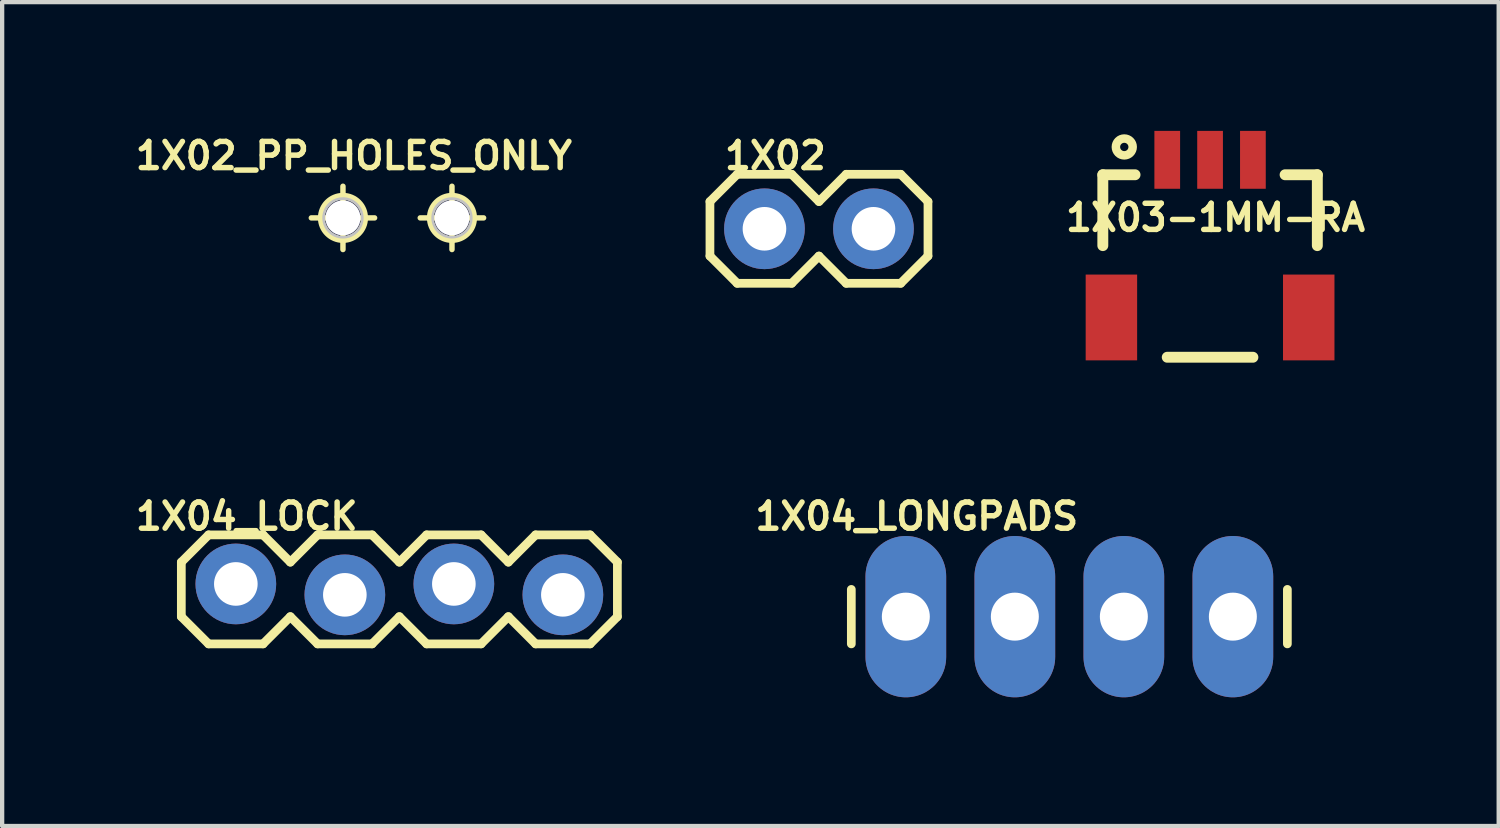
<source format=kicad_pcb>
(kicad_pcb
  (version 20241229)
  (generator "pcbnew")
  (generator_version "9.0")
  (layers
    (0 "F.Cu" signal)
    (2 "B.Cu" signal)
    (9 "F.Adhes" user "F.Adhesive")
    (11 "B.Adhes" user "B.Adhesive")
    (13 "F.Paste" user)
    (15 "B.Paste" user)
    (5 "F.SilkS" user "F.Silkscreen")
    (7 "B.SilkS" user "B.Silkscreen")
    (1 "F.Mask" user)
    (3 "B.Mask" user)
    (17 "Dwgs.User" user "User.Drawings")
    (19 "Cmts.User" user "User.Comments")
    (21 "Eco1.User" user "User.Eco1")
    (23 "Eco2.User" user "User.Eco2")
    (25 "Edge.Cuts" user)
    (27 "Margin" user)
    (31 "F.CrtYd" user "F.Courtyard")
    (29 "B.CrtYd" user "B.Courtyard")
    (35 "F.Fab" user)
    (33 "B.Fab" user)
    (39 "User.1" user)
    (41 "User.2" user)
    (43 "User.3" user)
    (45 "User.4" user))
  (footprint "1X04_LONGPADS"
    (layer "F.Cu")
    (at 18.056 11.318)
    (property "Reference" "1X04_LONGPADS" (at 0.254 -2.337 0) (layer "F.SilkS") (effects (font (size 0.61 0.61) (thickness 0.127))))
    (attr exclude_from_pos_files exclude_from_bom)
    (fp_line (start -1.27 -0.635) (end -1.27 0.635) (stroke (width 0.203) (type solid)) (layer "F.SilkS"))
    (fp_line (start 8.89 -0.635) (end 8.89 0.635) (stroke (width 0.203) (type solid)) (layer "F.SilkS"))
    (fp_line (start -0.254 -0.254) (end 0.254 -0.254) (stroke (width 0.066) (type solid)) (layer "Dwgs.User"))
    (fp_line (start -0.254 0.254) (end -0.254 -0.254) (stroke (width 0.066) (type solid)) (layer "Dwgs.User"))
    (fp_line (start -0.254 0.254) (end 0.254 0.254) (stroke (width 0.066) (type solid)) (layer "Dwgs.User"))
    (fp_line (start 0.254 0.254) (end 0.254 -0.254) (stroke (width 0.066) (type solid)) (layer "Dwgs.User"))
    (fp_line (start 2.286 -0.254) (end 2.794 -0.254) (stroke (width 0.066) (type solid)) (layer "Dwgs.User"))
    (fp_line (start 2.286 0.254) (end 2.286 -0.254) (stroke (width 0.066) (type solid)) (layer "Dwgs.User"))
    (fp_line (start 2.286 0.254) (end 2.794 0.254) (stroke (width 0.066) (type solid)) (layer "Dwgs.User"))
    (fp_line (start 2.794 0.254) (end 2.794 -0.254) (stroke (width 0.066) (type solid)) (layer "Dwgs.User"))
    (fp_line (start 4.826 -0.254) (end 5.334 -0.254) (stroke (width 0.066) (type solid)) (layer "Dwgs.User"))
    (fp_line (start 4.826 0.254) (end 4.826 -0.254) (stroke (width 0.066) (type solid)) (layer "Dwgs.User"))
    (fp_line (start 4.826 0.254) (end 5.334 0.254) (stroke (width 0.066) (type solid)) (layer "Dwgs.User"))
    (fp_line (start 5.334 0.254) (end 5.334 -0.254) (stroke (width 0.066) (type solid)) (layer "Dwgs.User"))
    (fp_line (start 7.366 -0.254) (end 7.874 -0.254) (stroke (width 0.066) (type solid)) (layer "Dwgs.User"))
    (fp_line (start 7.366 0.254) (end 7.366 -0.254) (stroke (width 0.066) (type solid)) (layer "Dwgs.User"))
    (fp_line (start 7.366 0.254) (end 7.874 0.254) (stroke (width 0.066) (type solid)) (layer "Dwgs.User"))
    (fp_line (start 7.874 0.254) (end 7.874 -0.254) (stroke (width 0.066) (type solid)) (layer "Dwgs.User"))
    (pad "1" thru_hole oval (at 0 0 180) (size 1.88 3.759) (drill 1.118) (layers "*.Cu" "*.Paste" "*.Mask"))
    (pad "2" thru_hole oval (at 2.54 0 180) (size 1.88 3.759) (drill 1.118) (layers "*.Cu" "*.Paste" "*.Mask"))
    (pad "3" thru_hole oval (at 5.08 0 180) (size 1.88 3.759) (drill 1.118) (layers "*.Cu" "*.Paste" "*.Mask"))
    (pad "4" thru_hole oval (at 7.62 0 180) (size 1.88 3.759) (drill 1.118) (layers "*.Cu" "*.Paste" "*.Mask")))
  (footprint "1X02_PP_HOLES_ONLY"
    (layer "F.Cu")
    (at 4.941 2.027)
    (property "Reference" "1X02_PP_HOLES_ONLY" (at 0.254 -1.448 0) (layer "F.SilkS") (effects (font (size 0.61 0.61) (thickness 0.127))))
    (attr exclude_from_pos_files exclude_from_bom)
    (fp_line (start -0.737 0) (end 0.737 0) (stroke (width 0.127) (type solid)) (layer "F.SilkS"))
    (fp_line (start 0 0.737) (end 0 -0.737) (stroke (width 0.127) (type solid)) (layer "F.SilkS"))
    (fp_line (start 1.801 0) (end 3.277 0) (stroke (width 0.127) (type solid)) (layer "F.SilkS"))
    (fp_line (start 2.54 0.737) (end 2.54 -0.737) (stroke (width 0.127) (type solid)) (layer "F.SilkS"))
    (fp_circle (center 0 0) (end -0.368 0.368) (stroke (width 0.127) (type solid)) (fill no) (layer "F.SilkS"))
    (fp_circle (center 2.54 0) (end 2.908 0.368) (stroke (width 0.127) (type solid)) (fill no) (layer "F.SilkS"))
    (fp_circle (center 0 0) (end -0.318 0.318) (stroke (width 0.064) (type solid)) (fill no) (layer "Dwgs.User"))
    (fp_circle (center 2.54 0) (end 2.857 0.318) (stroke (width 0.064) (type solid)) (fill no) (layer "Dwgs.User"))
    (pad "1" thru_hole circle (at 0 0) (size 0.813 0.813) (drill 0.889) (layers "*.Cu" "*.Paste" "*.Mask"))
    (pad "2" thru_hole circle (at 2.54 0) (size 0.813 0.813) (drill 0.889) (layers "*.Cu" "*.Paste" "*.Mask")))
  (footprint "1X04_LOCK"
    (layer "F.Cu")
    (at 2.445 10.683)
    (property "Reference" "1X04_LOCK" (at 0.254 -1.702 0) (layer "F.SilkS") (effects (font (size 0.61 0.61) (thickness 0.127))))
    (attr exclude_from_pos_files exclude_from_bom)
    (fp_line (start -1.27 -0.635) (end -1.27 0.635) (stroke (width 0.203) (type solid)) (layer "F.SilkS"))
    (fp_line (start -1.27 0.635) (end -0.635 1.27) (stroke (width 0.203) (type solid)) (layer "F.SilkS"))
    (fp_line (start -0.635 -1.27) (end -1.27 -0.635) (stroke (width 0.203) (type solid)) (layer "F.SilkS"))
    (fp_line (start -0.635 -1.27) (end 0.635 -1.27) (stroke (width 0.203) (type solid)) (layer "F.SilkS"))
    (fp_line (start 0.635 -1.27) (end 1.27 -0.635) (stroke (width 0.203) (type solid)) (layer "F.SilkS"))
    (fp_line (start 0.635 1.27) (end -0.635 1.27) (stroke (width 0.203) (type solid)) (layer "F.SilkS"))
    (fp_line (start 1.27 -0.635) (end 1.905 -1.27) (stroke (width 0.203) (type solid)) (layer "F.SilkS"))
    (fp_line (start 1.27 0.635) (end 0.635 1.27) (stroke (width 0.203) (type solid)) (layer "F.SilkS"))
    (fp_line (start 1.905 -1.27) (end 3.175 -1.27) (stroke (width 0.203) (type solid)) (layer "F.SilkS"))
    (fp_line (start 1.905 1.27) (end 1.27 0.635) (stroke (width 0.203) (type solid)) (layer "F.SilkS"))
    (fp_line (start 3.175 -1.27) (end 3.81 -0.635) (stroke (width 0.203) (type solid)) (layer "F.SilkS"))
    (fp_line (start 3.175 1.27) (end 1.905 1.27) (stroke (width 0.203) (type solid)) (layer "F.SilkS"))
    (fp_line (start 3.81 -0.635) (end 4.445 -1.27) (stroke (width 0.203) (type solid)) (layer "F.SilkS"))
    (fp_line (start 3.81 0.635) (end 3.175 1.27) (stroke (width 0.203) (type solid)) (layer "F.SilkS"))
    (fp_line (start 4.445 -1.27) (end 5.715 -1.27) (stroke (width 0.203) (type solid)) (layer "F.SilkS"))
    (fp_line (start 4.445 1.27) (end 3.81 0.635) (stroke (width 0.203) (type solid)) (layer "F.SilkS"))
    (fp_line (start 5.715 -1.27) (end 6.35 -0.635) (stroke (width 0.203) (type solid)) (layer "F.SilkS"))
    (fp_line (start 5.715 1.27) (end 4.445 1.27) (stroke (width 0.203) (type solid)) (layer "F.SilkS"))
    (fp_line (start 6.35 0.635) (end 5.715 1.27) (stroke (width 0.203) (type solid)) (layer "F.SilkS"))
    (fp_line (start 6.35 0.635) (end 6.985 1.27) (stroke (width 0.203) (type solid)) (layer "F.SilkS"))
    (fp_line (start 6.985 -1.27) (end 6.35 -0.635) (stroke (width 0.203) (type solid)) (layer "F.SilkS"))
    (fp_line (start 6.985 -1.27) (end 8.255 -1.27) (stroke (width 0.203) (type solid)) (layer "F.SilkS"))
    (fp_line (start 8.255 -1.27) (end 8.89 -0.635) (stroke (width 0.203) (type solid)) (layer "F.SilkS"))
    (fp_line (start 8.255 1.27) (end 6.985 1.27) (stroke (width 0.203) (type solid)) (layer "F.SilkS"))
    (fp_line (start 8.89 -0.635) (end 8.89 0.635) (stroke (width 0.203) (type solid)) (layer "F.SilkS"))
    (fp_line (start 8.89 0.635) (end 8.255 1.27) (stroke (width 0.203) (type solid)) (layer "F.SilkS"))
    (fp_line (start -0.254 -0.254) (end 0.254 -0.254) (stroke (width 0.066) (type solid)) (layer "Dwgs.User"))
    (fp_line (start -0.254 0.254) (end -0.254 -0.254) (stroke (width 0.066) (type solid)) (layer "Dwgs.User"))
    (fp_line (start -0.254 0.254) (end 0.254 0.254) (stroke (width 0.066) (type solid)) (layer "Dwgs.User"))
    (fp_line (start 0.254 0.254) (end 0.254 -0.254) (stroke (width 0.066) (type solid)) (layer "Dwgs.User"))
    (fp_line (start 2.286 -0.254) (end 2.794 -0.254) (stroke (width 0.066) (type solid)) (layer "Dwgs.User"))
    (fp_line (start 2.286 0.254) (end 2.286 -0.254) (stroke (width 0.066) (type solid)) (layer "Dwgs.User"))
    (fp_line (start 2.286 0.254) (end 2.794 0.254) (stroke (width 0.066) (type solid)) (layer "Dwgs.User"))
    (fp_line (start 2.794 0.254) (end 2.794 -0.254) (stroke (width 0.066) (type solid)) (layer "Dwgs.User"))
    (fp_line (start 4.826 -0.254) (end 5.334 -0.254) (stroke (width 0.066) (type solid)) (layer "Dwgs.User"))
    (fp_line (start 4.826 0.254) (end 4.826 -0.254) (stroke (width 0.066) (type solid)) (layer "Dwgs.User"))
    (fp_line (start 4.826 0.254) (end 5.334 0.254) (stroke (width 0.066) (type solid)) (layer "Dwgs.User"))
    (fp_line (start 5.334 0.254) (end 5.334 -0.254) (stroke (width 0.066) (type solid)) (layer "Dwgs.User"))
    (fp_line (start 7.366 -0.254) (end 7.874 -0.254) (stroke (width 0.066) (type solid)) (layer "Dwgs.User"))
    (fp_line (start 7.366 0.254) (end 7.366 -0.254) (stroke (width 0.066) (type solid)) (layer "Dwgs.User"))
    (fp_line (start 7.366 0.254) (end 7.874 0.254) (stroke (width 0.066) (type solid)) (layer "Dwgs.User"))
    (fp_line (start 7.874 0.254) (end 7.874 -0.254) (stroke (width 0.066) (type solid)) (layer "Dwgs.User"))
    (pad "1" thru_hole circle (at 0 -0.127) (size 1.88 1.88) (drill 1.016) (layers "*.Cu" "*.Paste" "*.Mask"))
    (pad "2" thru_hole circle (at 2.54 0.127) (size 1.88 1.88) (drill 1.016) (layers "*.Cu" "*.Paste" "*.Mask"))
    (pad "3" thru_hole circle (at 5.08 -0.127) (size 1.88 1.88) (drill 1.016) (layers "*.Cu" "*.Paste" "*.Mask"))
    (pad "4" thru_hole circle (at 7.62 0.127) (size 1.88 1.88) (drill 1.016) (layers "*.Cu" "*.Paste" "*.Mask")))
  (footprint "1X03-1MM-RA"
    (layer "F.Cu")
    (at 25.145 0.674)
    (property "Reference" "1X03-1MM-RA" (at 0.127 1.346 0) (layer "F.SilkS") (effects (font (size 0.61 0.61) (thickness 0.127))))
    (attr smd)
    (fp_line (start -2.499 0.348) (end -1.748 0.348) (stroke (width 0.254) (type solid)) (layer "F.SilkS"))
    (fp_line (start -2.499 1.999) (end -2.499 0.348) (stroke (width 0.254) (type solid)) (layer "F.SilkS"))
    (fp_line (start -0.998 4.6) (end 0.998 4.6) (stroke (width 0.254) (type solid)) (layer "F.SilkS"))
    (fp_line (start 1.748 0.348) (end 2.499 0.348) (stroke (width 0.254) (type solid)) (layer "F.SilkS"))
    (fp_line (start 2.499 0.348) (end 2.499 1.999) (stroke (width 0.254) (type solid)) (layer "F.SilkS"))
    (fp_circle (center -1.999 -0.3) (end -2.068 -0.368) (stroke (width 0.198) (type solid)) (fill no) (layer "F.SilkS"))
    (pad "1" smd rect (at -0.998 0) (size 0.599 1.349) (layers "F.Cu" "F.Mask" "F.Paste"))
    (pad "2" smd rect (at 0 0) (size 0.599 1.349) (layers "F.Cu" "F.Mask" "F.Paste"))
    (pad "3" smd rect (at 0.998 0) (size 0.599 1.349) (layers "F.Cu" "F.Mask" "F.Paste"))
    (pad "NC1" smd rect (at 2.299 3.673) (size 1.199 1.999) (layers "F.Cu" "F.Mask" "F.Paste"))
    (pad "NC2" smd rect (at -2.299 3.673) (size 1.199 1.999) (layers "F.Cu" "F.Mask" "F.Paste")))
  (footprint "1X02"
    (layer "F.Cu")
    (at 14.762 2.281)
    (property "Reference" "1X02" (at 0.254 -1.702 0) (layer "F.SilkS") (effects (font (size 0.61 0.61) (thickness 0.127))))
    (attr exclude_from_pos_files exclude_from_bom)
    (fp_line (start -1.27 -0.635) (end -1.27 0.635) (stroke (width 0.203) (type solid)) (layer "F.SilkS"))
    (fp_line (start -1.27 0.635) (end -0.635 1.27) (stroke (width 0.203) (type solid)) (layer "F.SilkS"))
    (fp_line (start -0.635 -1.27) (end -1.27 -0.635) (stroke (width 0.203) (type solid)) (layer "F.SilkS"))
    (fp_line (start -0.635 -1.27) (end 0.635 -1.27) (stroke (width 0.203) (type solid)) (layer "F.SilkS"))
    (fp_line (start 0.635 -1.27) (end 1.27 -0.635) (stroke (width 0.203) (type solid)) (layer "F.SilkS"))
    (fp_line (start 0.635 1.27) (end -0.635 1.27) (stroke (width 0.203) (type solid)) (layer "F.SilkS"))
    (fp_line (start 1.27 -0.635) (end 1.905 -1.27) (stroke (width 0.203) (type solid)) (layer "F.SilkS"))
    (fp_line (start 1.27 0.635) (end 0.635 1.27) (stroke (width 0.203) (type solid)) (layer "F.SilkS"))
    (fp_line (start 1.905 -1.27) (end 3.175 -1.27) (stroke (width 0.203) (type solid)) (layer "F.SilkS"))
    (fp_line (start 1.905 1.27) (end 1.27 0.635) (stroke (width 0.203) (type solid)) (layer "F.SilkS"))
    (fp_line (start 3.175 -1.27) (end 3.81 -0.635) (stroke (width 0.203) (type solid)) (layer "F.SilkS"))
    (fp_line (start 3.175 1.27) (end 1.905 1.27) (stroke (width 0.203) (type solid)) (layer "F.SilkS"))
    (fp_line (start 3.81 -0.635) (end 3.81 0.635) (stroke (width 0.203) (type solid)) (layer "F.SilkS"))
    (fp_line (start 3.81 0.635) (end 3.175 1.27) (stroke (width 0.203) (type solid)) (layer "F.SilkS"))
    (fp_line (start -0.254 -0.254) (end 0.254 -0.254) (stroke (width 0.066) (type solid)) (layer "Dwgs.User"))
    (fp_line (start -0.254 0.254) (end -0.254 -0.254) (stroke (width 0.066) (type solid)) (layer "Dwgs.User"))
    (fp_line (start -0.254 0.254) (end 0.254 0.254) (stroke (width 0.066) (type solid)) (layer "Dwgs.User"))
    (fp_line (start 0.254 0.254) (end 0.254 -0.254) (stroke (width 0.066) (type solid)) (layer "Dwgs.User"))
    (fp_line (start 2.286 -0.254) (end 2.794 -0.254) (stroke (width 0.066) (type solid)) (layer "Dwgs.User"))
    (fp_line (start 2.286 0.254) (end 2.286 -0.254) (stroke (width 0.066) (type solid)) (layer "Dwgs.User"))
    (fp_line (start 2.286 0.254) (end 2.794 0.254) (stroke (width 0.066) (type solid)) (layer "Dwgs.User"))
    (fp_line (start 2.794 0.254) (end 2.794 -0.254) (stroke (width 0.066) (type solid)) (layer "Dwgs.User"))
    (pad "1" thru_hole circle (at 0 0) (size 1.88 1.88) (drill 1.016) (layers "*.Cu" "*.Paste" "*.Mask"))
    (pad "2" thru_hole circle (at 2.54 0) (size 1.88 1.88) (drill 1.016) (layers "*.Cu" "*.Paste" "*.Mask")))
  (gr_rect
    (start -3 -3)
    (end 31.87 16.197)
    (stroke (width 0.1) (type default))
    (fill no)
    (layer "Edge.Cuts")))
</source>
